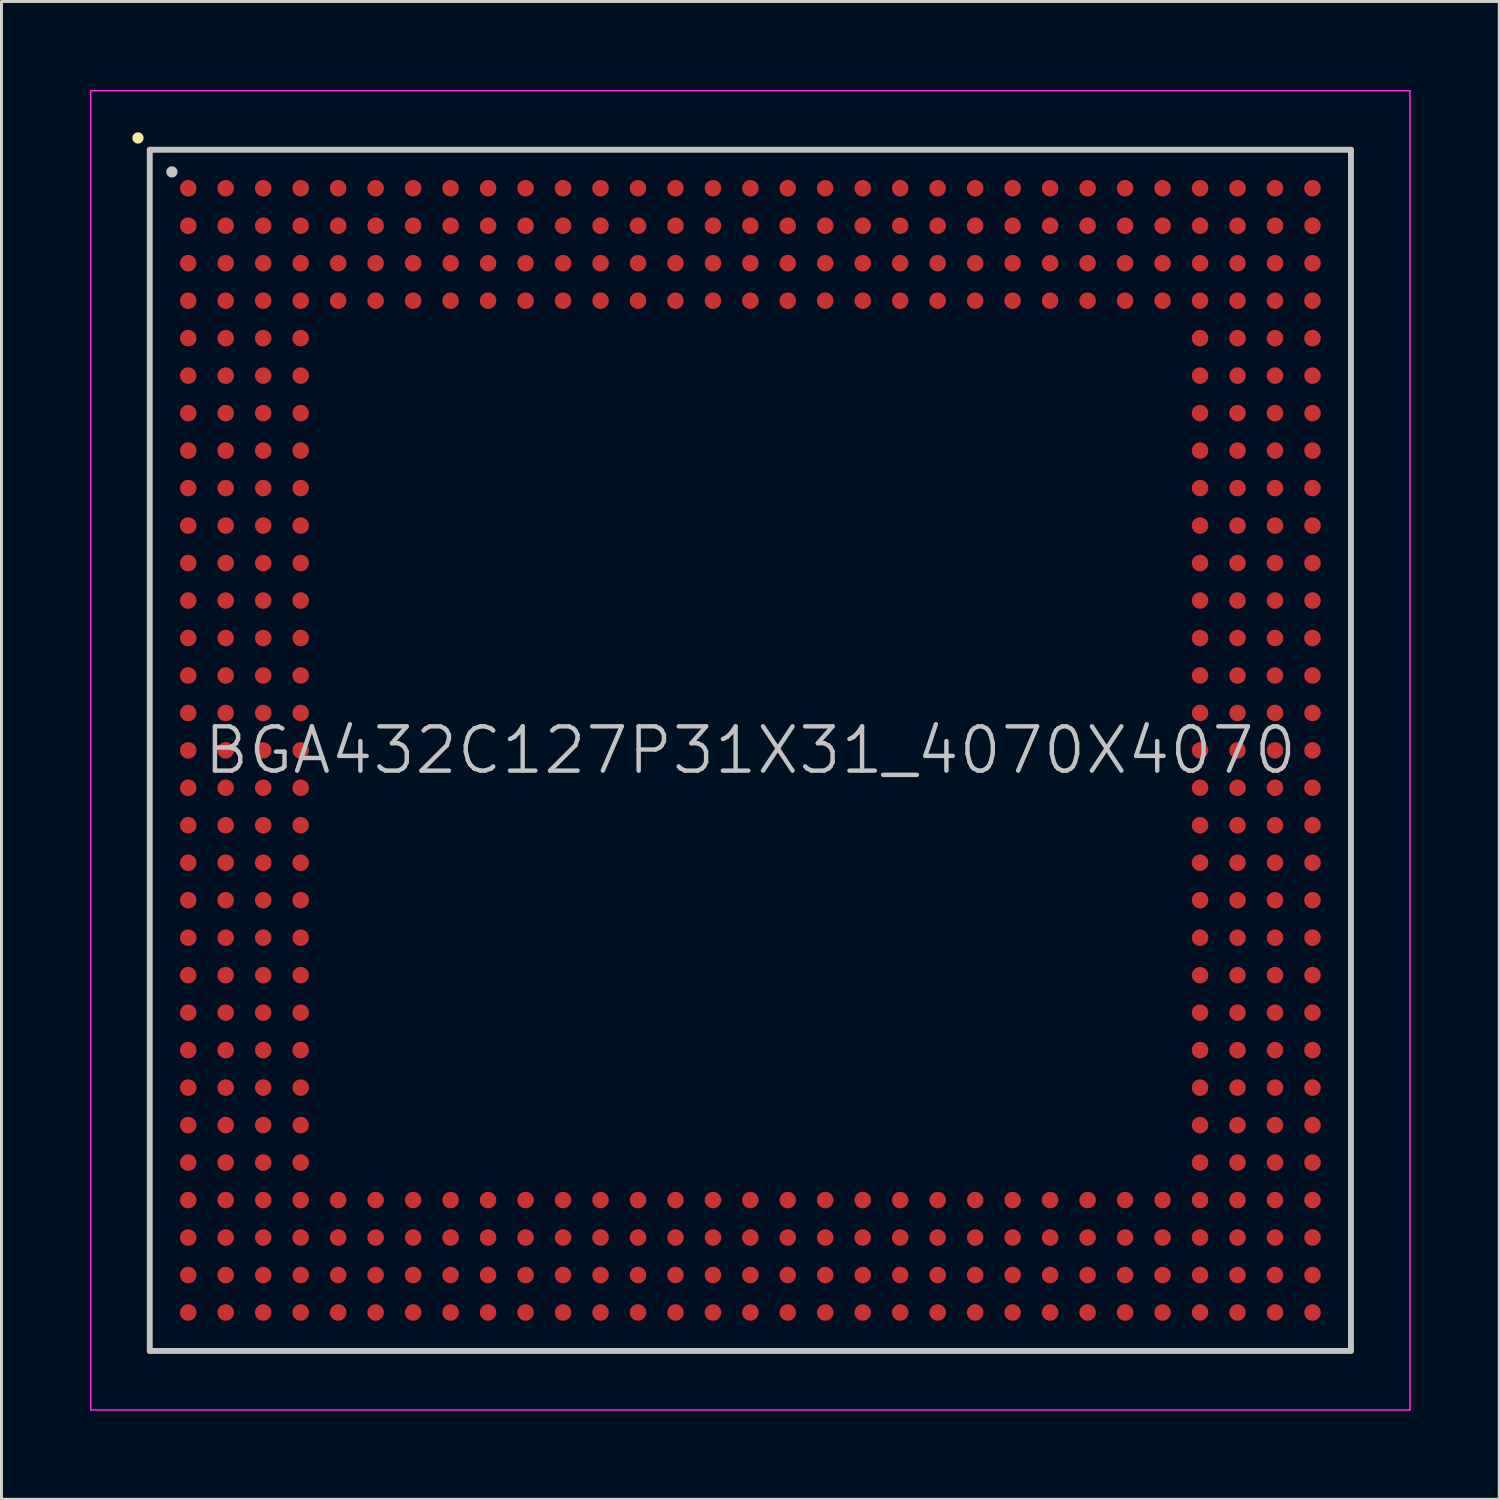
<source format=kicad_pcb>
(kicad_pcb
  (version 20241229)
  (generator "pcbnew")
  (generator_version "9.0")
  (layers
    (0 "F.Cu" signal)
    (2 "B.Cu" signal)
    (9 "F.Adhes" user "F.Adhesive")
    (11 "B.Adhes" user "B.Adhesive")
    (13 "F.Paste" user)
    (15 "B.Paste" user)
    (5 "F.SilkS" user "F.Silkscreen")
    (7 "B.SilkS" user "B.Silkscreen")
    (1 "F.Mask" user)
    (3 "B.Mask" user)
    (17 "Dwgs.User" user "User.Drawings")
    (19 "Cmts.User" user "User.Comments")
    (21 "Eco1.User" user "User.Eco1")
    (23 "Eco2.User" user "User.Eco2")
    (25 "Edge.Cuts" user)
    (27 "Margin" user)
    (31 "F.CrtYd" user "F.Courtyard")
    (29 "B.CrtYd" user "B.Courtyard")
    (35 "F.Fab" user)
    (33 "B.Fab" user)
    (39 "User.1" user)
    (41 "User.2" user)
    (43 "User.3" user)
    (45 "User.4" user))
  (footprint "BGA432C127P31X31_4070X4070"
    (layer "F.Cu")
    (at 22.375 22.375)
    (property "Reference" "BGA432C127P31X31_4070X4070" (at 0 0 0) (layer "Dwgs.User") (effects (font (size 1.5 1.5) (thickness 0.15))))
    (attr smd)
    (fp_line (start -20.75 -20.75) (end -20.75 -20.75) (stroke (width 0.381) (type solid)) (layer "F.SilkS"))
    (fp_line (start -20.35 -20.35) (end -20.35 20.35) (stroke (width 0.2) (type solid)) (layer "Dwgs.User"))
    (fp_line (start -20.35 -20.35) (end 20.35 -20.35) (stroke (width 0.2) (type solid)) (layer "Dwgs.User"))
    (fp_line (start -20.35 20.35) (end 20.35 20.35) (stroke (width 0.2) (type solid)) (layer "Dwgs.User"))
    (fp_line (start -19.6 -19.6) (end -19.6 -19.6) (stroke (width 0.381) (type solid)) (layer "Dwgs.User"))
    (fp_line (start 20.35 -20.35) (end 20.35 20.35) (stroke (width 0.2) (type solid)) (layer "Dwgs.User"))
    (fp_line (start -22.35 -22.35) (end -22.35 22.35) (stroke (width 0.05) (type solid)) (layer "F.CrtYd"))
    (fp_line (start -22.35 -22.35) (end 22.35 -22.35) (stroke (width 0.05) (type solid)) (layer "F.CrtYd"))
    (fp_line (start -22.35 22.35) (end 22.35 22.35) (stroke (width 0.05) (type solid)) (layer "F.CrtYd"))
    (fp_line (start 22.35 -22.35) (end 22.35 22.35) (stroke (width 0.05) (type solid)) (layer "F.CrtYd"))
    (pad "A1" smd circle (at -19.047 -19.047 270) (size 0.56 0.56) (layers "F.Cu" "F.Mask" "F.Paste"))
    (pad "A2" smd circle (at -17.777 -19.047 270) (size 0.56 0.56) (layers "F.Cu" "F.Mask" "F.Paste"))
    (pad "A3" smd circle (at -16.507 -19.047 270) (size 0.56 0.56) (layers "F.Cu" "F.Mask" "F.Paste"))
    (pad "A4" smd circle (at -15.237 -19.047 270) (size 0.56 0.56) (layers "F.Cu" "F.Mask" "F.Paste"))
    (pad "A5" smd circle (at -13.967 -19.047 270) (size 0.56 0.56) (layers "F.Cu" "F.Mask" "F.Paste"))
    (pad "A6" smd circle (at -12.697 -19.047 270) (size 0.56 0.56) (layers "F.Cu" "F.Mask" "F.Paste"))
    (pad "A7" smd circle (at -11.427 -19.047 270) (size 0.56 0.56) (layers "F.Cu" "F.Mask" "F.Paste"))
    (pad "A8" smd circle (at -10.157 -19.047 270) (size 0.56 0.56) (layers "F.Cu" "F.Mask" "F.Paste"))
    (pad "A9" smd circle (at -8.887 -19.047 270) (size 0.56 0.56) (layers "F.Cu" "F.Mask" "F.Paste"))
    (pad "A10" smd circle (at -7.617 -19.047 270) (size 0.56 0.56) (layers "F.Cu" "F.Mask" "F.Paste"))
    (pad "A11" smd circle (at -6.347 -19.047 270) (size 0.56 0.56) (layers "F.Cu" "F.Mask" "F.Paste"))
    (pad "A12" smd circle (at -5.077 -19.047 270) (size 0.56 0.56) (layers "F.Cu" "F.Mask" "F.Paste"))
    (pad "A13" smd circle (at -3.807 -19.047 270) (size 0.56 0.56) (layers "F.Cu" "F.Mask" "F.Paste"))
    (pad "A14" smd circle (at -2.537 -19.047 270) (size 0.56 0.56) (layers "F.Cu" "F.Mask" "F.Paste"))
    (pad "A15" smd circle (at -1.267 -19.047 270) (size 0.56 0.56) (layers "F.Cu" "F.Mask" "F.Paste"))
    (pad "A16" smd circle (at 0 -19.047 270) (size 0.56 0.56) (layers "F.Cu" "F.Mask" "F.Paste"))
    (pad "A17" smd circle (at 1.267 -19.047 270) (size 0.56 0.56) (layers "F.Cu" "F.Mask" "F.Paste"))
    (pad "A18" smd circle (at 2.537 -19.047 270) (size 0.56 0.56) (layers "F.Cu" "F.Mask" "F.Paste"))
    (pad "A19" smd circle (at 3.807 -19.047 270) (size 0.56 0.56) (layers "F.Cu" "F.Mask" "F.Paste"))
    (pad "A20" smd circle (at 5.077 -19.047 270) (size 0.56 0.56) (layers "F.Cu" "F.Mask" "F.Paste"))
    (pad "A21" smd circle (at 6.347 -19.047 270) (size 0.56 0.56) (layers "F.Cu" "F.Mask" "F.Paste"))
    (pad "A22" smd circle (at 7.617 -19.047 270) (size 0.56 0.56) (layers "F.Cu" "F.Mask" "F.Paste"))
    (pad "A23" smd circle (at 8.887 -19.047 270) (size 0.56 0.56) (layers "F.Cu" "F.Mask" "F.Paste"))
    (pad "A24" smd circle (at 10.157 -19.047 270) (size 0.56 0.56) (layers "F.Cu" "F.Mask" "F.Paste"))
    (pad "A25" smd circle (at 11.427 -19.047 270) (size 0.56 0.56) (layers "F.Cu" "F.Mask" "F.Paste"))
    (pad "A26" smd circle (at 12.697 -19.047 270) (size 0.56 0.56) (layers "F.Cu" "F.Mask" "F.Paste"))
    (pad "A27" smd circle (at 13.967 -19.047 270) (size 0.56 0.56) (layers "F.Cu" "F.Mask" "F.Paste"))
    (pad "A28" smd circle (at 15.237 -19.047 270) (size 0.56 0.56) (layers "F.Cu" "F.Mask" "F.Paste"))
    (pad "A29" smd circle (at 16.507 -19.047 270) (size 0.56 0.56) (layers "F.Cu" "F.Mask" "F.Paste"))
    (pad "A30" smd circle (at 17.777 -19.047 270) (size 0.56 0.56) (layers "F.Cu" "F.Mask" "F.Paste"))
    (pad "A31" smd circle (at 19.047 -19.047 270) (size 0.56 0.56) (layers "F.Cu" "F.Mask" "F.Paste"))
    (pad "AA1" smd circle (at -19.047 6.347 270) (size 0.56 0.56) (layers "F.Cu" "F.Mask" "F.Paste"))
    (pad "AA2" smd circle (at -17.777 6.347 270) (size 0.56 0.56) (layers "F.Cu" "F.Mask" "F.Paste"))
    (pad "AA3" smd circle (at -16.507 6.347 270) (size 0.56 0.56) (layers "F.Cu" "F.Mask" "F.Paste"))
    (pad "AA4" smd circle (at -15.237 6.347 270) (size 0.56 0.56) (layers "F.Cu" "F.Mask" "F.Paste"))
    (pad "AA28" smd circle (at 15.237 6.347 270) (size 0.56 0.56) (layers "F.Cu" "F.Mask" "F.Paste"))
    (pad "AA29" smd circle (at 16.507 6.347 270) (size 0.56 0.56) (layers "F.Cu" "F.Mask" "F.Paste"))
    (pad "AA30" smd circle (at 17.777 6.347 270) (size 0.56 0.56) (layers "F.Cu" "F.Mask" "F.Paste"))
    (pad "AA31" smd circle (at 19.047 6.347 270) (size 0.56 0.56) (layers "F.Cu" "F.Mask" "F.Paste"))
    (pad "AB1" smd circle (at -19.047 7.617 270) (size 0.56 0.56) (layers "F.Cu" "F.Mask" "F.Paste"))
    (pad "AB2" smd circle (at -17.777 7.617 270) (size 0.56 0.56) (layers "F.Cu" "F.Mask" "F.Paste"))
    (pad "AB3" smd circle (at -16.507 7.617 270) (size 0.56 0.56) (layers "F.Cu" "F.Mask" "F.Paste"))
    (pad "AB4" smd circle (at -15.237 7.617 270) (size 0.56 0.56) (layers "F.Cu" "F.Mask" "F.Paste"))
    (pad "AB28" smd circle (at 15.237 7.617 270) (size 0.56 0.56) (layers "F.Cu" "F.Mask" "F.Paste"))
    (pad "AB29" smd circle (at 16.507 7.617 270) (size 0.56 0.56) (layers "F.Cu" "F.Mask" "F.Paste"))
    (pad "AB30" smd circle (at 17.777 7.617 270) (size 0.56 0.56) (layers "F.Cu" "F.Mask" "F.Paste"))
    (pad "AB31" smd circle (at 19.047 7.617 270) (size 0.56 0.56) (layers "F.Cu" "F.Mask" "F.Paste"))
    (pad "AC1" smd circle (at -19.047 8.887 270) (size 0.56 0.56) (layers "F.Cu" "F.Mask" "F.Paste"))
    (pad "AC2" smd circle (at -17.777 8.887 270) (size 0.56 0.56) (layers "F.Cu" "F.Mask" "F.Paste"))
    (pad "AC3" smd circle (at -16.507 8.887 270) (size 0.56 0.56) (layers "F.Cu" "F.Mask" "F.Paste"))
    (pad "AC4" smd circle (at -15.237 8.887 270) (size 0.56 0.56) (layers "F.Cu" "F.Mask" "F.Paste"))
    (pad "AC28" smd circle (at 15.237 8.887 270) (size 0.56 0.56) (layers "F.Cu" "F.Mask" "F.Paste"))
    (pad "AC29" smd circle (at 16.507 8.887 270) (size 0.56 0.56) (layers "F.Cu" "F.Mask" "F.Paste"))
    (pad "AC30" smd circle (at 17.777 8.887 270) (size 0.56 0.56) (layers "F.Cu" "F.Mask" "F.Paste"))
    (pad "AC31" smd circle (at 19.047 8.887 270) (size 0.56 0.56) (layers "F.Cu" "F.Mask" "F.Paste"))
    (pad "AD1" smd circle (at -19.047 10.157 270) (size 0.56 0.56) (layers "F.Cu" "F.Mask" "F.Paste"))
    (pad "AD2" smd circle (at -17.777 10.157 270) (size 0.56 0.56) (layers "F.Cu" "F.Mask" "F.Paste"))
    (pad "AD3" smd circle (at -16.507 10.157 270) (size 0.56 0.56) (layers "F.Cu" "F.Mask" "F.Paste"))
    (pad "AD4" smd circle (at -15.237 10.157 270) (size 0.56 0.56) (layers "F.Cu" "F.Mask" "F.Paste"))
    (pad "AD28" smd circle (at 15.237 10.157 270) (size 0.56 0.56) (layers "F.Cu" "F.Mask" "F.Paste"))
    (pad "AD29" smd circle (at 16.507 10.157 270) (size 0.56 0.56) (layers "F.Cu" "F.Mask" "F.Paste"))
    (pad "AD30" smd circle (at 17.777 10.157 270) (size 0.56 0.56) (layers "F.Cu" "F.Mask" "F.Paste"))
    (pad "AD31" smd circle (at 19.047 10.157 270) (size 0.56 0.56) (layers "F.Cu" "F.Mask" "F.Paste"))
    (pad "AE1" smd circle (at -19.047 11.427 270) (size 0.56 0.56) (layers "F.Cu" "F.Mask" "F.Paste"))
    (pad "AE2" smd circle (at -17.777 11.427 270) (size 0.56 0.56) (layers "F.Cu" "F.Mask" "F.Paste"))
    (pad "AE3" smd circle (at -16.507 11.427 270) (size 0.56 0.56) (layers "F.Cu" "F.Mask" "F.Paste"))
    (pad "AE4" smd circle (at -15.237 11.427 270) (size 0.56 0.56) (layers "F.Cu" "F.Mask" "F.Paste"))
    (pad "AE28" smd circle (at 15.237 11.427 270) (size 0.56 0.56) (layers "F.Cu" "F.Mask" "F.Paste"))
    (pad "AE29" smd circle (at 16.507 11.427 270) (size 0.56 0.56) (layers "F.Cu" "F.Mask" "F.Paste"))
    (pad "AE30" smd circle (at 17.777 11.427 270) (size 0.56 0.56) (layers "F.Cu" "F.Mask" "F.Paste"))
    (pad "AE31" smd circle (at 19.047 11.427 270) (size 0.56 0.56) (layers "F.Cu" "F.Mask" "F.Paste"))
    (pad "AF1" smd circle (at -19.047 12.697 270) (size 0.56 0.56) (layers "F.Cu" "F.Mask" "F.Paste"))
    (pad "AF2" smd circle (at -17.777 12.697 270) (size 0.56 0.56) (layers "F.Cu" "F.Mask" "F.Paste"))
    (pad "AF3" smd circle (at -16.507 12.697 270) (size 0.56 0.56) (layers "F.Cu" "F.Mask" "F.Paste"))
    (pad "AF4" smd circle (at -15.237 12.697 270) (size 0.56 0.56) (layers "F.Cu" "F.Mask" "F.Paste"))
    (pad "AF28" smd circle (at 15.237 12.697 270) (size 0.56 0.56) (layers "F.Cu" "F.Mask" "F.Paste"))
    (pad "AF29" smd circle (at 16.507 12.697 270) (size 0.56 0.56) (layers "F.Cu" "F.Mask" "F.Paste"))
    (pad "AF30" smd circle (at 17.777 12.697 270) (size 0.56 0.56) (layers "F.Cu" "F.Mask" "F.Paste"))
    (pad "AF31" smd circle (at 19.047 12.697 270) (size 0.56 0.56) (layers "F.Cu" "F.Mask" "F.Paste"))
    (pad "AG1" smd circle (at -19.047 13.967 270) (size 0.56 0.56) (layers "F.Cu" "F.Mask" "F.Paste"))
    (pad "AG2" smd circle (at -17.777 13.967 270) (size 0.56 0.56) (layers "F.Cu" "F.Mask" "F.Paste"))
    (pad "AG3" smd circle (at -16.507 13.967 270) (size 0.56 0.56) (layers "F.Cu" "F.Mask" "F.Paste"))
    (pad "AG4" smd circle (at -15.237 13.967 270) (size 0.56 0.56) (layers "F.Cu" "F.Mask" "F.Paste"))
    (pad "AG28" smd circle (at 15.237 13.967 270) (size 0.56 0.56) (layers "F.Cu" "F.Mask" "F.Paste"))
    (pad "AG29" smd circle (at 16.507 13.967 270) (size 0.56 0.56) (layers "F.Cu" "F.Mask" "F.Paste"))
    (pad "AG30" smd circle (at 17.777 13.967 270) (size 0.56 0.56) (layers "F.Cu" "F.Mask" "F.Paste"))
    (pad "AG31" smd circle (at 19.047 13.967 270) (size 0.56 0.56) (layers "F.Cu" "F.Mask" "F.Paste"))
    (pad "AH1" smd circle (at -19.047 15.237 270) (size 0.56 0.56) (layers "F.Cu" "F.Mask" "F.Paste"))
    (pad "AH2" smd circle (at -17.777 15.237 270) (size 0.56 0.56) (layers "F.Cu" "F.Mask" "F.Paste"))
    (pad "AH3" smd circle (at -16.507 15.237 270) (size 0.56 0.56) (layers "F.Cu" "F.Mask" "F.Paste"))
    (pad "AH4" smd circle (at -15.237 15.237 270) (size 0.56 0.56) (layers "F.Cu" "F.Mask" "F.Paste"))
    (pad "AH5" smd circle (at -13.967 15.237 270) (size 0.56 0.56) (layers "F.Cu" "F.Mask" "F.Paste"))
    (pad "AH6" smd circle (at -12.697 15.237 270) (size 0.56 0.56) (layers "F.Cu" "F.Mask" "F.Paste"))
    (pad "AH7" smd circle (at -11.427 15.237 270) (size 0.56 0.56) (layers "F.Cu" "F.Mask" "F.Paste"))
    (pad "AH8" smd circle (at -10.157 15.237 270) (size 0.56 0.56) (layers "F.Cu" "F.Mask" "F.Paste"))
    (pad "AH9" smd circle (at -8.887 15.237 270) (size 0.56 0.56) (layers "F.Cu" "F.Mask" "F.Paste"))
    (pad "AH10" smd circle (at -7.617 15.237 270) (size 0.56 0.56) (layers "F.Cu" "F.Mask" "F.Paste"))
    (pad "AH11" smd circle (at -6.347 15.237 270) (size 0.56 0.56) (layers "F.Cu" "F.Mask" "F.Paste"))
    (pad "AH12" smd circle (at -5.077 15.237 270) (size 0.56 0.56) (layers "F.Cu" "F.Mask" "F.Paste"))
    (pad "AH13" smd circle (at -3.807 15.237 270) (size 0.56 0.56) (layers "F.Cu" "F.Mask" "F.Paste"))
    (pad "AH14" smd circle (at -2.537 15.237 270) (size 0.56 0.56) (layers "F.Cu" "F.Mask" "F.Paste"))
    (pad "AH15" smd circle (at -1.267 15.237 270) (size 0.56 0.56) (layers "F.Cu" "F.Mask" "F.Paste"))
    (pad "AH16" smd circle (at 0 15.237 270) (size 0.56 0.56) (layers "F.Cu" "F.Mask" "F.Paste"))
    (pad "AH17" smd circle (at 1.267 15.237 270) (size 0.56 0.56) (layers "F.Cu" "F.Mask" "F.Paste"))
    (pad "AH18" smd circle (at 2.537 15.237 270) (size 0.56 0.56) (layers "F.Cu" "F.Mask" "F.Paste"))
    (pad "AH19" smd circle (at 3.807 15.237 270) (size 0.56 0.56) (layers "F.Cu" "F.Mask" "F.Paste"))
    (pad "AH20" smd circle (at 5.077 15.237 270) (size 0.56 0.56) (layers "F.Cu" "F.Mask" "F.Paste"))
    (pad "AH21" smd circle (at 6.347 15.237 270) (size 0.56 0.56) (layers "F.Cu" "F.Mask" "F.Paste"))
    (pad "AH22" smd circle (at 7.617 15.237 270) (size 0.56 0.56) (layers "F.Cu" "F.Mask" "F.Paste"))
    (pad "AH23" smd circle (at 8.887 15.237 270) (size 0.56 0.56) (layers "F.Cu" "F.Mask" "F.Paste"))
    (pad "AH24" smd circle (at 10.157 15.237 270) (size 0.56 0.56) (layers "F.Cu" "F.Mask" "F.Paste"))
    (pad "AH25" smd circle (at 11.427 15.237 270) (size 0.56 0.56) (layers "F.Cu" "F.Mask" "F.Paste"))
    (pad "AH26" smd circle (at 12.697 15.237 270) (size 0.56 0.56) (layers "F.Cu" "F.Mask" "F.Paste"))
    (pad "AH27" smd circle (at 13.967 15.237 270) (size 0.56 0.56) (layers "F.Cu" "F.Mask" "F.Paste"))
    (pad "AH28" smd circle (at 15.237 15.237 270) (size 0.56 0.56) (layers "F.Cu" "F.Mask" "F.Paste"))
    (pad "AH29" smd circle (at 16.507 15.237 270) (size 0.56 0.56) (layers "F.Cu" "F.Mask" "F.Paste"))
    (pad "AH30" smd circle (at 17.777 15.237 270) (size 0.56 0.56) (layers "F.Cu" "F.Mask" "F.Paste"))
    (pad "AH31" smd circle (at 19.047 15.237 270) (size 0.56 0.56) (layers "F.Cu" "F.Mask" "F.Paste"))
    (pad "AJ1" smd circle (at -19.047 16.507 270) (size 0.56 0.56) (layers "F.Cu" "F.Mask" "F.Paste"))
    (pad "AJ2" smd circle (at -17.777 16.507 270) (size 0.56 0.56) (layers "F.Cu" "F.Mask" "F.Paste"))
    (pad "AJ3" smd circle (at -16.507 16.507 270) (size 0.56 0.56) (layers "F.Cu" "F.Mask" "F.Paste"))
    (pad "AJ4" smd circle (at -15.237 16.507 270) (size 0.56 0.56) (layers "F.Cu" "F.Mask" "F.Paste"))
    (pad "AJ5" smd circle (at -13.967 16.507 270) (size 0.56 0.56) (layers "F.Cu" "F.Mask" "F.Paste"))
    (pad "AJ6" smd circle (at -12.697 16.507 270) (size 0.56 0.56) (layers "F.Cu" "F.Mask" "F.Paste"))
    (pad "AJ7" smd circle (at -11.427 16.507 270) (size 0.56 0.56) (layers "F.Cu" "F.Mask" "F.Paste"))
    (pad "AJ8" smd circle (at -10.157 16.507 270) (size 0.56 0.56) (layers "F.Cu" "F.Mask" "F.Paste"))
    (pad "AJ9" smd circle (at -8.887 16.507 270) (size 0.56 0.56) (layers "F.Cu" "F.Mask" "F.Paste"))
    (pad "AJ10" smd circle (at -7.617 16.507 270) (size 0.56 0.56) (layers "F.Cu" "F.Mask" "F.Paste"))
    (pad "AJ11" smd circle (at -6.347 16.507 270) (size 0.56 0.56) (layers "F.Cu" "F.Mask" "F.Paste"))
    (pad "AJ12" smd circle (at -5.077 16.507 270) (size 0.56 0.56) (layers "F.Cu" "F.Mask" "F.Paste"))
    (pad "AJ13" smd circle (at -3.807 16.507 270) (size 0.56 0.56) (layers "F.Cu" "F.Mask" "F.Paste"))
    (pad "AJ14" smd circle (at -2.537 16.507 270) (size 0.56 0.56) (layers "F.Cu" "F.Mask" "F.Paste"))
    (pad "AJ15" smd circle (at -1.267 16.507 270) (size 0.56 0.56) (layers "F.Cu" "F.Mask" "F.Paste"))
    (pad "AJ16" smd circle (at 0 16.507 270) (size 0.56 0.56) (layers "F.Cu" "F.Mask" "F.Paste"))
    (pad "AJ17" smd circle (at 1.267 16.507 270) (size 0.56 0.56) (layers "F.Cu" "F.Mask" "F.Paste"))
    (pad "AJ18" smd circle (at 2.537 16.507 270) (size 0.56 0.56) (layers "F.Cu" "F.Mask" "F.Paste"))
    (pad "AJ19" smd circle (at 3.807 16.507 270) (size 0.56 0.56) (layers "F.Cu" "F.Mask" "F.Paste"))
    (pad "AJ20" smd circle (at 5.077 16.507 270) (size 0.56 0.56) (layers "F.Cu" "F.Mask" "F.Paste"))
    (pad "AJ21" smd circle (at 6.347 16.507 270) (size 0.56 0.56) (layers "F.Cu" "F.Mask" "F.Paste"))
    (pad "AJ22" smd circle (at 7.617 16.507 270) (size 0.56 0.56) (layers "F.Cu" "F.Mask" "F.Paste"))
    (pad "AJ23" smd circle (at 8.887 16.507 270) (size 0.56 0.56) (layers "F.Cu" "F.Mask" "F.Paste"))
    (pad "AJ24" smd circle (at 10.157 16.507 270) (size 0.56 0.56) (layers "F.Cu" "F.Mask" "F.Paste"))
    (pad "AJ25" smd circle (at 11.427 16.507 270) (size 0.56 0.56) (layers "F.Cu" "F.Mask" "F.Paste"))
    (pad "AJ26" smd circle (at 12.697 16.507 270) (size 0.56 0.56) (layers "F.Cu" "F.Mask" "F.Paste"))
    (pad "AJ27" smd circle (at 13.967 16.507 270) (size 0.56 0.56) (layers "F.Cu" "F.Mask" "F.Paste"))
    (pad "AJ28" smd circle (at 15.237 16.507 270) (size 0.56 0.56) (layers "F.Cu" "F.Mask" "F.Paste"))
    (pad "AJ29" smd circle (at 16.507 16.507 270) (size 0.56 0.56) (layers "F.Cu" "F.Mask" "F.Paste"))
    (pad "AJ30" smd circle (at 17.777 16.507 270) (size 0.56 0.56) (layers "F.Cu" "F.Mask" "F.Paste"))
    (pad "AJ31" smd circle (at 19.047 16.507 270) (size 0.56 0.56) (layers "F.Cu" "F.Mask" "F.Paste"))
    (pad "AK1" smd circle (at -19.047 17.777 270) (size 0.56 0.56) (layers "F.Cu" "F.Mask" "F.Paste"))
    (pad "AK2" smd circle (at -17.777 17.777 270) (size 0.56 0.56) (layers "F.Cu" "F.Mask" "F.Paste"))
    (pad "AK3" smd circle (at -16.507 17.777 270) (size 0.56 0.56) (layers "F.Cu" "F.Mask" "F.Paste"))
    (pad "AK4" smd circle (at -15.237 17.777 270) (size 0.56 0.56) (layers "F.Cu" "F.Mask" "F.Paste"))
    (pad "AK5" smd circle (at -13.967 17.777 270) (size 0.56 0.56) (layers "F.Cu" "F.Mask" "F.Paste"))
    (pad "AK6" smd circle (at -12.697 17.777 270) (size 0.56 0.56) (layers "F.Cu" "F.Mask" "F.Paste"))
    (pad "AK7" smd circle (at -11.427 17.777 270) (size 0.56 0.56) (layers "F.Cu" "F.Mask" "F.Paste"))
    (pad "AK8" smd circle (at -10.157 17.777 270) (size 0.56 0.56) (layers "F.Cu" "F.Mask" "F.Paste"))
    (pad "AK9" smd circle (at -8.887 17.777 270) (size 0.56 0.56) (layers "F.Cu" "F.Mask" "F.Paste"))
    (pad "AK10" smd circle (at -7.617 17.777 270) (size 0.56 0.56) (layers "F.Cu" "F.Mask" "F.Paste"))
    (pad "AK11" smd circle (at -6.347 17.777 270) (size 0.56 0.56) (layers "F.Cu" "F.Mask" "F.Paste"))
    (pad "AK12" smd circle (at -5.077 17.777 270) (size 0.56 0.56) (layers "F.Cu" "F.Mask" "F.Paste"))
    (pad "AK13" smd circle (at -3.807 17.777 270) (size 0.56 0.56) (layers "F.Cu" "F.Mask" "F.Paste"))
    (pad "AK14" smd circle (at -2.537 17.777 270) (size 0.56 0.56) (layers "F.Cu" "F.Mask" "F.Paste"))
    (pad "AK15" smd circle (at -1.267 17.777 270) (size 0.56 0.56) (layers "F.Cu" "F.Mask" "F.Paste"))
    (pad "AK16" smd circle (at 0 17.777 270) (size 0.56 0.56) (layers "F.Cu" "F.Mask" "F.Paste"))
    (pad "AK17" smd circle (at 1.267 17.777 270) (size 0.56 0.56) (layers "F.Cu" "F.Mask" "F.Paste"))
    (pad "AK18" smd circle (at 2.537 17.777 270) (size 0.56 0.56) (layers "F.Cu" "F.Mask" "F.Paste"))
    (pad "AK19" smd circle (at 3.807 17.777 270) (size 0.56 0.56) (layers "F.Cu" "F.Mask" "F.Paste"))
    (pad "AK20" smd circle (at 5.077 17.777 270) (size 0.56 0.56) (layers "F.Cu" "F.Mask" "F.Paste"))
    (pad "AK21" smd circle (at 6.347 17.777 270) (size 0.56 0.56) (layers "F.Cu" "F.Mask" "F.Paste"))
    (pad "AK22" smd circle (at 7.617 17.777 270) (size 0.56 0.56) (layers "F.Cu" "F.Mask" "F.Paste"))
    (pad "AK23" smd circle (at 8.887 17.777 270) (size 0.56 0.56) (layers "F.Cu" "F.Mask" "F.Paste"))
    (pad "AK24" smd circle (at 10.157 17.777 270) (size 0.56 0.56) (layers "F.Cu" "F.Mask" "F.Paste"))
    (pad "AK25" smd circle (at 11.427 17.777 270) (size 0.56 0.56) (layers "F.Cu" "F.Mask" "F.Paste"))
    (pad "AK26" smd circle (at 12.697 17.777 270) (size 0.56 0.56) (layers "F.Cu" "F.Mask" "F.Paste"))
    (pad "AK27" smd circle (at 13.967 17.777 270) (size 0.56 0.56) (layers "F.Cu" "F.Mask" "F.Paste"))
    (pad "AK28" smd circle (at 15.237 17.777 270) (size 0.56 0.56) (layers "F.Cu" "F.Mask" "F.Paste"))
    (pad "AK29" smd circle (at 16.507 17.777 270) (size 0.56 0.56) (layers "F.Cu" "F.Mask" "F.Paste"))
    (pad "AK30" smd circle (at 17.777 17.777 270) (size 0.56 0.56) (layers "F.Cu" "F.Mask" "F.Paste"))
    (pad "AK31" smd circle (at 19.047 17.777 270) (size 0.56 0.56) (layers "F.Cu" "F.Mask" "F.Paste"))
    (pad "AL1" smd circle (at -19.047 19.047 270) (size 0.56 0.56) (layers "F.Cu" "F.Mask" "F.Paste"))
    (pad "AL2" smd circle (at -17.777 19.047 270) (size 0.56 0.56) (layers "F.Cu" "F.Mask" "F.Paste"))
    (pad "AL3" smd circle (at -16.507 19.047 270) (size 0.56 0.56) (layers "F.Cu" "F.Mask" "F.Paste"))
    (pad "AL4" smd circle (at -15.237 19.047 270) (size 0.56 0.56) (layers "F.Cu" "F.Mask" "F.Paste"))
    (pad "AL5" smd circle (at -13.967 19.047 270) (size 0.56 0.56) (layers "F.Cu" "F.Mask" "F.Paste"))
    (pad "AL6" smd circle (at -12.697 19.047 270) (size 0.56 0.56) (layers "F.Cu" "F.Mask" "F.Paste"))
    (pad "AL7" smd circle (at -11.427 19.047 270) (size 0.56 0.56) (layers "F.Cu" "F.Mask" "F.Paste"))
    (pad "AL8" smd circle (at -10.157 19.047 270) (size 0.56 0.56) (layers "F.Cu" "F.Mask" "F.Paste"))
    (pad "AL9" smd circle (at -8.887 19.047 270) (size 0.56 0.56) (layers "F.Cu" "F.Mask" "F.Paste"))
    (pad "AL10" smd circle (at -7.617 19.047 270) (size 0.56 0.56) (layers "F.Cu" "F.Mask" "F.Paste"))
    (pad "AL11" smd circle (at -6.347 19.047 270) (size 0.56 0.56) (layers "F.Cu" "F.Mask" "F.Paste"))
    (pad "AL12" smd circle (at -5.077 19.047 270) (size 0.56 0.56) (layers "F.Cu" "F.Mask" "F.Paste"))
    (pad "AL13" smd circle (at -3.807 19.047 270) (size 0.56 0.56) (layers "F.Cu" "F.Mask" "F.Paste"))
    (pad "AL14" smd circle (at -2.537 19.047 270) (size 0.56 0.56) (layers "F.Cu" "F.Mask" "F.Paste"))
    (pad "AL15" smd circle (at -1.267 19.047 270) (size 0.56 0.56) (layers "F.Cu" "F.Mask" "F.Paste"))
    (pad "AL16" smd circle (at 0 19.047 270) (size 0.56 0.56) (layers "F.Cu" "F.Mask" "F.Paste"))
    (pad "AL17" smd circle (at 1.267 19.047 270) (size 0.56 0.56) (layers "F.Cu" "F.Mask" "F.Paste"))
    (pad "AL18" smd circle (at 2.537 19.047 270) (size 0.56 0.56) (layers "F.Cu" "F.Mask" "F.Paste"))
    (pad "AL19" smd circle (at 3.807 19.047 270) (size 0.56 0.56) (layers "F.Cu" "F.Mask" "F.Paste"))
    (pad "AL20" smd circle (at 5.077 19.047 270) (size 0.56 0.56) (layers "F.Cu" "F.Mask" "F.Paste"))
    (pad "AL21" smd circle (at 6.347 19.047 270) (size 0.56 0.56) (layers "F.Cu" "F.Mask" "F.Paste"))
    (pad "AL22" smd circle (at 7.617 19.047 270) (size 0.56 0.56) (layers "F.Cu" "F.Mask" "F.Paste"))
    (pad "AL23" smd circle (at 8.887 19.047 270) (size 0.56 0.56) (layers "F.Cu" "F.Mask" "F.Paste"))
    (pad "AL24" smd circle (at 10.157 19.047 270) (size 0.56 0.56) (layers "F.Cu" "F.Mask" "F.Paste"))
    (pad "AL25" smd circle (at 11.427 19.047 270) (size 0.56 0.56) (layers "F.Cu" "F.Mask" "F.Paste"))
    (pad "AL26" smd circle (at 12.697 19.047 270) (size 0.56 0.56) (layers "F.Cu" "F.Mask" "F.Paste"))
    (pad "AL27" smd circle (at 13.967 19.047 270) (size 0.56 0.56) (layers "F.Cu" "F.Mask" "F.Paste"))
    (pad "AL28" smd circle (at 15.237 19.047 270) (size 0.56 0.56) (layers "F.Cu" "F.Mask" "F.Paste"))
    (pad "AL29" smd circle (at 16.507 19.047 270) (size 0.56 0.56) (layers "F.Cu" "F.Mask" "F.Paste"))
    (pad "AL30" smd circle (at 17.777 19.047 270) (size 0.56 0.56) (layers "F.Cu" "F.Mask" "F.Paste"))
    (pad "AL31" smd circle (at 19.047 19.047 270) (size 0.56 0.56) (layers "F.Cu" "F.Mask" "F.Paste"))
    (pad "B1" smd circle (at -19.047 -17.777 270) (size 0.56 0.56) (layers "F.Cu" "F.Mask" "F.Paste"))
    (pad "B2" smd circle (at -17.777 -17.777 270) (size 0.56 0.56) (layers "F.Cu" "F.Mask" "F.Paste"))
    (pad "B3" smd circle (at -16.507 -17.777 270) (size 0.56 0.56) (layers "F.Cu" "F.Mask" "F.Paste"))
    (pad "B4" smd circle (at -15.237 -17.777 270) (size 0.56 0.56) (layers "F.Cu" "F.Mask" "F.Paste"))
    (pad "B5" smd circle (at -13.967 -17.777 270) (size 0.56 0.56) (layers "F.Cu" "F.Mask" "F.Paste"))
    (pad "B6" smd circle (at -12.697 -17.777 270) (size 0.56 0.56) (layers "F.Cu" "F.Mask" "F.Paste"))
    (pad "B7" smd circle (at -11.427 -17.777 270) (size 0.56 0.56) (layers "F.Cu" "F.Mask" "F.Paste"))
    (pad "B8" smd circle (at -10.157 -17.777 270) (size 0.56 0.56) (layers "F.Cu" "F.Mask" "F.Paste"))
    (pad "B9" smd circle (at -8.887 -17.777 270) (size 0.56 0.56) (layers "F.Cu" "F.Mask" "F.Paste"))
    (pad "B10" smd circle (at -7.617 -17.777 270) (size 0.56 0.56) (layers "F.Cu" "F.Mask" "F.Paste"))
    (pad "B11" smd circle (at -6.347 -17.777 270) (size 0.56 0.56) (layers "F.Cu" "F.Mask" "F.Paste"))
    (pad "B12" smd circle (at -5.077 -17.777 270) (size 0.56 0.56) (layers "F.Cu" "F.Mask" "F.Paste"))
    (pad "B13" smd circle (at -3.807 -17.777 270) (size 0.56 0.56) (layers "F.Cu" "F.Mask" "F.Paste"))
    (pad "B14" smd circle (at -2.537 -17.777 270) (size 0.56 0.56) (layers "F.Cu" "F.Mask" "F.Paste"))
    (pad "B15" smd circle (at -1.267 -17.777 270) (size 0.56 0.56) (layers "F.Cu" "F.Mask" "F.Paste"))
    (pad "B16" smd circle (at 0 -17.777 270) (size 0.56 0.56) (layers "F.Cu" "F.Mask" "F.Paste"))
    (pad "B17" smd circle (at 1.267 -17.777 270) (size 0.56 0.56) (layers "F.Cu" "F.Mask" "F.Paste"))
    (pad "B18" smd circle (at 2.537 -17.777 270) (size 0.56 0.56) (layers "F.Cu" "F.Mask" "F.Paste"))
    (pad "B19" smd circle (at 3.807 -17.777 270) (size 0.56 0.56) (layers "F.Cu" "F.Mask" "F.Paste"))
    (pad "B20" smd circle (at 5.077 -17.777 270) (size 0.56 0.56) (layers "F.Cu" "F.Mask" "F.Paste"))
    (pad "B21" smd circle (at 6.347 -17.777 270) (size 0.56 0.56) (layers "F.Cu" "F.Mask" "F.Paste"))
    (pad "B22" smd circle (at 7.617 -17.777 270) (size 0.56 0.56) (layers "F.Cu" "F.Mask" "F.Paste"))
    (pad "B23" smd circle (at 8.887 -17.777 270) (size 0.56 0.56) (layers "F.Cu" "F.Mask" "F.Paste"))
    (pad "B24" smd circle (at 10.157 -17.777 270) (size 0.56 0.56) (layers "F.Cu" "F.Mask" "F.Paste"))
    (pad "B25" smd circle (at 11.427 -17.777 270) (size 0.56 0.56) (layers "F.Cu" "F.Mask" "F.Paste"))
    (pad "B26" smd circle (at 12.697 -17.777 270) (size 0.56 0.56) (layers "F.Cu" "F.Mask" "F.Paste"))
    (pad "B27" smd circle (at 13.967 -17.777 270) (size 0.56 0.56) (layers "F.Cu" "F.Mask" "F.Paste"))
    (pad "B28" smd circle (at 15.237 -17.777 270) (size 0.56 0.56) (layers "F.Cu" "F.Mask" "F.Paste"))
    (pad "B29" smd circle (at 16.507 -17.777 270) (size 0.56 0.56) (layers "F.Cu" "F.Mask" "F.Paste"))
    (pad "B30" smd circle (at 17.777 -17.777 270) (size 0.56 0.56) (layers "F.Cu" "F.Mask" "F.Paste"))
    (pad "B31" smd circle (at 19.047 -17.777 270) (size 0.56 0.56) (layers "F.Cu" "F.Mask" "F.Paste"))
    (pad "C1" smd circle (at -19.047 -16.507 270) (size 0.56 0.56) (layers "F.Cu" "F.Mask" "F.Paste"))
    (pad "C2" smd circle (at -17.777 -16.507 270) (size 0.56 0.56) (layers "F.Cu" "F.Mask" "F.Paste"))
    (pad "C3" smd circle (at -16.507 -16.507 270) (size 0.56 0.56) (layers "F.Cu" "F.Mask" "F.Paste"))
    (pad "C4" smd circle (at -15.237 -16.507 270) (size 0.56 0.56) (layers "F.Cu" "F.Mask" "F.Paste"))
    (pad "C5" smd circle (at -13.967 -16.507 270) (size 0.56 0.56) (layers "F.Cu" "F.Mask" "F.Paste"))
    (pad "C6" smd circle (at -12.697 -16.507 270) (size 0.56 0.56) (layers "F.Cu" "F.Mask" "F.Paste"))
    (pad "C7" smd circle (at -11.427 -16.507 270) (size 0.56 0.56) (layers "F.Cu" "F.Mask" "F.Paste"))
    (pad "C8" smd circle (at -10.157 -16.507 270) (size 0.56 0.56) (layers "F.Cu" "F.Mask" "F.Paste"))
    (pad "C9" smd circle (at -8.887 -16.507 270) (size 0.56 0.56) (layers "F.Cu" "F.Mask" "F.Paste"))
    (pad "C10" smd circle (at -7.617 -16.507 270) (size 0.56 0.56) (layers "F.Cu" "F.Mask" "F.Paste"))
    (pad "C11" smd circle (at -6.347 -16.507 270) (size 0.56 0.56) (layers "F.Cu" "F.Mask" "F.Paste"))
    (pad "C12" smd circle (at -5.077 -16.507 270) (size 0.56 0.56) (layers "F.Cu" "F.Mask" "F.Paste"))
    (pad "C13" smd circle (at -3.807 -16.507 270) (size 0.56 0.56) (layers "F.Cu" "F.Mask" "F.Paste"))
    (pad "C14" smd circle (at -2.537 -16.507 270) (size 0.56 0.56) (layers "F.Cu" "F.Mask" "F.Paste"))
    (pad "C15" smd circle (at -1.267 -16.507 270) (size 0.56 0.56) (layers "F.Cu" "F.Mask" "F.Paste"))
    (pad "C16" smd circle (at 0 -16.507 270) (size 0.56 0.56) (layers "F.Cu" "F.Mask" "F.Paste"))
    (pad "C17" smd circle (at 1.267 -16.507 270) (size 0.56 0.56) (layers "F.Cu" "F.Mask" "F.Paste"))
    (pad "C18" smd circle (at 2.537 -16.507 270) (size 0.56 0.56) (layers "F.Cu" "F.Mask" "F.Paste"))
    (pad "C19" smd circle (at 3.807 -16.507 270) (size 0.56 0.56) (layers "F.Cu" "F.Mask" "F.Paste"))
    (pad "C20" smd circle (at 5.077 -16.507 270) (size 0.56 0.56) (layers "F.Cu" "F.Mask" "F.Paste"))
    (pad "C21" smd circle (at 6.347 -16.507 270) (size 0.56 0.56) (layers "F.Cu" "F.Mask" "F.Paste"))
    (pad "C22" smd circle (at 7.617 -16.507 270) (size 0.56 0.56) (layers "F.Cu" "F.Mask" "F.Paste"))
    (pad "C23" smd circle (at 8.887 -16.507 270) (size 0.56 0.56) (layers "F.Cu" "F.Mask" "F.Paste"))
    (pad "C24" smd circle (at 10.157 -16.507 270) (size 0.56 0.56) (layers "F.Cu" "F.Mask" "F.Paste"))
    (pad "C25" smd circle (at 11.427 -16.507 270) (size 0.56 0.56) (layers "F.Cu" "F.Mask" "F.Paste"))
    (pad "C26" smd circle (at 12.697 -16.507 270) (size 0.56 0.56) (layers "F.Cu" "F.Mask" "F.Paste"))
    (pad "C27" smd circle (at 13.967 -16.507 270) (size 0.56 0.56) (layers "F.Cu" "F.Mask" "F.Paste"))
    (pad "C28" smd circle (at 15.237 -16.507 270) (size 0.56 0.56) (layers "F.Cu" "F.Mask" "F.Paste"))
    (pad "C29" smd circle (at 16.507 -16.507 270) (size 0.56 0.56) (layers "F.Cu" "F.Mask" "F.Paste"))
    (pad "C30" smd circle (at 17.777 -16.507 270) (size 0.56 0.56) (layers "F.Cu" "F.Mask" "F.Paste"))
    (pad "C31" smd circle (at 19.047 -16.507 270) (size 0.56 0.56) (layers "F.Cu" "F.Mask" "F.Paste"))
    (pad "D1" smd circle (at -19.047 -15.237 270) (size 0.56 0.56) (layers "F.Cu" "F.Mask" "F.Paste"))
    (pad "D2" smd circle (at -17.777 -15.237 270) (size 0.56 0.56) (layers "F.Cu" "F.Mask" "F.Paste"))
    (pad "D3" smd circle (at -16.507 -15.237 270) (size 0.56 0.56) (layers "F.Cu" "F.Mask" "F.Paste"))
    (pad "D4" smd circle (at -15.237 -15.237 270) (size 0.56 0.56) (layers "F.Cu" "F.Mask" "F.Paste"))
    (pad "D5" smd circle (at -13.967 -15.237 270) (size 0.56 0.56) (layers "F.Cu" "F.Mask" "F.Paste"))
    (pad "D6" smd circle (at -12.697 -15.237 270) (size 0.56 0.56) (layers "F.Cu" "F.Mask" "F.Paste"))
    (pad "D7" smd circle (at -11.427 -15.237 270) (size 0.56 0.56) (layers "F.Cu" "F.Mask" "F.Paste"))
    (pad "D8" smd circle (at -10.157 -15.237 270) (size 0.56 0.56) (layers "F.Cu" "F.Mask" "F.Paste"))
    (pad "D9" smd circle (at -8.887 -15.237 270) (size 0.56 0.56) (layers "F.Cu" "F.Mask" "F.Paste"))
    (pad "D10" smd circle (at -7.617 -15.237 270) (size 0.56 0.56) (layers "F.Cu" "F.Mask" "F.Paste"))
    (pad "D11" smd circle (at -6.347 -15.237 270) (size 0.56 0.56) (layers "F.Cu" "F.Mask" "F.Paste"))
    (pad "D12" smd circle (at -5.077 -15.237 270) (size 0.56 0.56) (layers "F.Cu" "F.Mask" "F.Paste"))
    (pad "D13" smd circle (at -3.807 -15.237 270) (size 0.56 0.56) (layers "F.Cu" "F.Mask" "F.Paste"))
    (pad "D14" smd circle (at -2.537 -15.237 270) (size 0.56 0.56) (layers "F.Cu" "F.Mask" "F.Paste"))
    (pad "D15" smd circle (at -1.267 -15.237 270) (size 0.56 0.56) (layers "F.Cu" "F.Mask" "F.Paste"))
    (pad "D16" smd circle (at 0 -15.237 270) (size 0.56 0.56) (layers "F.Cu" "F.Mask" "F.Paste"))
    (pad "D17" smd circle (at 1.267 -15.237 270) (size 0.56 0.56) (layers "F.Cu" "F.Mask" "F.Paste"))
    (pad "D18" smd circle (at 2.537 -15.237 270) (size 0.56 0.56) (layers "F.Cu" "F.Mask" "F.Paste"))
    (pad "D19" smd circle (at 3.807 -15.237 270) (size 0.56 0.56) (layers "F.Cu" "F.Mask" "F.Paste"))
    (pad "D20" smd circle (at 5.077 -15.237 270) (size 0.56 0.56) (layers "F.Cu" "F.Mask" "F.Paste"))
    (pad "D21" smd circle (at 6.347 -15.237 270) (size 0.56 0.56) (layers "F.Cu" "F.Mask" "F.Paste"))
    (pad "D22" smd circle (at 7.617 -15.237 270) (size 0.56 0.56) (layers "F.Cu" "F.Mask" "F.Paste"))
    (pad "D23" smd circle (at 8.887 -15.237 270) (size 0.56 0.56) (layers "F.Cu" "F.Mask" "F.Paste"))
    (pad "D24" smd circle (at 10.157 -15.237 270) (size 0.56 0.56) (layers "F.Cu" "F.Mask" "F.Paste"))
    (pad "D25" smd circle (at 11.427 -15.237 270) (size 0.56 0.56) (layers "F.Cu" "F.Mask" "F.Paste"))
    (pad "D26" smd circle (at 12.697 -15.237 270) (size 0.56 0.56) (layers "F.Cu" "F.Mask" "F.Paste"))
    (pad "D27" smd circle (at 13.967 -15.237 270) (size 0.56 0.56) (layers "F.Cu" "F.Mask" "F.Paste"))
    (pad "D28" smd circle (at 15.237 -15.237 270) (size 0.56 0.56) (layers "F.Cu" "F.Mask" "F.Paste"))
    (pad "D29" smd circle (at 16.507 -15.237 270) (size 0.56 0.56) (layers "F.Cu" "F.Mask" "F.Paste"))
    (pad "D30" smd circle (at 17.777 -15.237 270) (size 0.56 0.56) (layers "F.Cu" "F.Mask" "F.Paste"))
    (pad "D31" smd circle (at 19.047 -15.237 270) (size 0.56 0.56) (layers "F.Cu" "F.Mask" "F.Paste"))
    (pad "E1" smd circle (at -19.047 -13.967 270) (size 0.56 0.56) (layers "F.Cu" "F.Mask" "F.Paste"))
    (pad "E2" smd circle (at -17.777 -13.967 270) (size 0.56 0.56) (layers "F.Cu" "F.Mask" "F.Paste"))
    (pad "E3" smd circle (at -16.507 -13.967 270) (size 0.56 0.56) (layers "F.Cu" "F.Mask" "F.Paste"))
    (pad "E4" smd circle (at -15.237 -13.967 270) (size 0.56 0.56) (layers "F.Cu" "F.Mask" "F.Paste"))
    (pad "E28" smd circle (at 15.237 -13.967 270) (size 0.56 0.56) (layers "F.Cu" "F.Mask" "F.Paste"))
    (pad "E29" smd circle (at 16.507 -13.967 270) (size 0.56 0.56) (layers "F.Cu" "F.Mask" "F.Paste"))
    (pad "E30" smd circle (at 17.777 -13.967 270) (size 0.56 0.56) (layers "F.Cu" "F.Mask" "F.Paste"))
    (pad "E31" smd circle (at 19.047 -13.967 270) (size 0.56 0.56) (layers "F.Cu" "F.Mask" "F.Paste"))
    (pad "F1" smd circle (at -19.047 -12.697 270) (size 0.56 0.56) (layers "F.Cu" "F.Mask" "F.Paste"))
    (pad "F2" smd circle (at -17.777 -12.697 270) (size 0.56 0.56) (layers "F.Cu" "F.Mask" "F.Paste"))
    (pad "F3" smd circle (at -16.507 -12.697 270) (size 0.56 0.56) (layers "F.Cu" "F.Mask" "F.Paste"))
    (pad "F4" smd circle (at -15.237 -12.697 270) (size 0.56 0.56) (layers "F.Cu" "F.Mask" "F.Paste"))
    (pad "F28" smd circle (at 15.237 -12.697 270) (size 0.56 0.56) (layers "F.Cu" "F.Mask" "F.Paste"))
    (pad "F29" smd circle (at 16.507 -12.697 270) (size 0.56 0.56) (layers "F.Cu" "F.Mask" "F.Paste"))
    (pad "F30" smd circle (at 17.777 -12.697 270) (size 0.56 0.56) (layers "F.Cu" "F.Mask" "F.Paste"))
    (pad "F31" smd circle (at 19.047 -12.697 270) (size 0.56 0.56) (layers "F.Cu" "F.Mask" "F.Paste"))
    (pad "G1" smd circle (at -19.047 -11.427 270) (size 0.56 0.56) (layers "F.Cu" "F.Mask" "F.Paste"))
    (pad "G2" smd circle (at -17.777 -11.427 270) (size 0.56 0.56) (layers "F.Cu" "F.Mask" "F.Paste"))
    (pad "G3" smd circle (at -16.507 -11.427 270) (size 0.56 0.56) (layers "F.Cu" "F.Mask" "F.Paste"))
    (pad "G4" smd circle (at -15.237 -11.427 270) (size 0.56 0.56) (layers "F.Cu" "F.Mask" "F.Paste"))
    (pad "G28" smd circle (at 15.237 -11.427 270) (size 0.56 0.56) (layers "F.Cu" "F.Mask" "F.Paste"))
    (pad "G29" smd circle (at 16.507 -11.427 270) (size 0.56 0.56) (layers "F.Cu" "F.Mask" "F.Paste"))
    (pad "G30" smd circle (at 17.777 -11.427 270) (size 0.56 0.56) (layers "F.Cu" "F.Mask" "F.Paste"))
    (pad "G31" smd circle (at 19.047 -11.427 270) (size 0.56 0.56) (layers "F.Cu" "F.Mask" "F.Paste"))
    (pad "H1" smd circle (at -19.047 -10.157 270) (size 0.56 0.56) (layers "F.Cu" "F.Mask" "F.Paste"))
    (pad "H2" smd circle (at -17.777 -10.157 270) (size 0.56 0.56) (layers "F.Cu" "F.Mask" "F.Paste"))
    (pad "H3" smd circle (at -16.507 -10.157 270) (size 0.56 0.56) (layers "F.Cu" "F.Mask" "F.Paste"))
    (pad "H4" smd circle (at -15.237 -10.157 270) (size 0.56 0.56) (layers "F.Cu" "F.Mask" "F.Paste"))
    (pad "H28" smd circle (at 15.237 -10.157 270) (size 0.56 0.56) (layers "F.Cu" "F.Mask" "F.Paste"))
    (pad "H29" smd circle (at 16.507 -10.157 270) (size 0.56 0.56) (layers "F.Cu" "F.Mask" "F.Paste"))
    (pad "H30" smd circle (at 17.777 -10.157 270) (size 0.56 0.56) (layers "F.Cu" "F.Mask" "F.Paste"))
    (pad "H31" smd circle (at 19.047 -10.157 270) (size 0.56 0.56) (layers "F.Cu" "F.Mask" "F.Paste"))
    (pad "J1" smd circle (at -19.047 -8.887 270) (size 0.56 0.56) (layers "F.Cu" "F.Mask" "F.Paste"))
    (pad "J2" smd circle (at -17.777 -8.887 270) (size 0.56 0.56) (layers "F.Cu" "F.Mask" "F.Paste"))
    (pad "J3" smd circle (at -16.507 -8.887 270) (size 0.56 0.56) (layers "F.Cu" "F.Mask" "F.Paste"))
    (pad "J4" smd circle (at -15.237 -8.887 270) (size 0.56 0.56) (layers "F.Cu" "F.Mask" "F.Paste"))
    (pad "J28" smd circle (at 15.237 -8.887 270) (size 0.56 0.56) (layers "F.Cu" "F.Mask" "F.Paste"))
    (pad "J29" smd circle (at 16.507 -8.887 270) (size 0.56 0.56) (layers "F.Cu" "F.Mask" "F.Paste"))
    (pad "J30" smd circle (at 17.777 -8.887 270) (size 0.56 0.56) (layers "F.Cu" "F.Mask" "F.Paste"))
    (pad "J31" smd circle (at 19.047 -8.887 270) (size 0.56 0.56) (layers "F.Cu" "F.Mask" "F.Paste"))
    (pad "K1" smd circle (at -19.047 -7.617 270) (size 0.56 0.56) (layers "F.Cu" "F.Mask" "F.Paste"))
    (pad "K2" smd circle (at -17.777 -7.617 270) (size 0.56 0.56) (layers "F.Cu" "F.Mask" "F.Paste"))
    (pad "K3" smd circle (at -16.507 -7.617 270) (size 0.56 0.56) (layers "F.Cu" "F.Mask" "F.Paste"))
    (pad "K4" smd circle (at -15.237 -7.617 270) (size 0.56 0.56) (layers "F.Cu" "F.Mask" "F.Paste"))
    (pad "K28" smd circle (at 15.237 -7.617 270) (size 0.56 0.56) (layers "F.Cu" "F.Mask" "F.Paste"))
    (pad "K29" smd circle (at 16.507 -7.617 270) (size 0.56 0.56) (layers "F.Cu" "F.Mask" "F.Paste"))
    (pad "K30" smd circle (at 17.777 -7.617 270) (size 0.56 0.56) (layers "F.Cu" "F.Mask" "F.Paste"))
    (pad "K31" smd circle (at 19.047 -7.617 270) (size 0.56 0.56) (layers "F.Cu" "F.Mask" "F.Paste"))
    (pad "L1" smd circle (at -19.047 -6.347 270) (size 0.56 0.56) (layers "F.Cu" "F.Mask" "F.Paste"))
    (pad "L2" smd circle (at -17.777 -6.347 270) (size 0.56 0.56) (layers "F.Cu" "F.Mask" "F.Paste"))
    (pad "L3" smd circle (at -16.507 -6.347 270) (size 0.56 0.56) (layers "F.Cu" "F.Mask" "F.Paste"))
    (pad "L4" smd circle (at -15.237 -6.347 270) (size 0.56 0.56) (layers "F.Cu" "F.Mask" "F.Paste"))
    (pad "L28" smd circle (at 15.237 -6.347 270) (size 0.56 0.56) (layers "F.Cu" "F.Mask" "F.Paste"))
    (pad "L29" smd circle (at 16.507 -6.347 270) (size 0.56 0.56) (layers "F.Cu" "F.Mask" "F.Paste"))
    (pad "L30" smd circle (at 17.777 -6.347 270) (size 0.56 0.56) (layers "F.Cu" "F.Mask" "F.Paste"))
    (pad "L31" smd circle (at 19.047 -6.347 270) (size 0.56 0.56) (layers "F.Cu" "F.Mask" "F.Paste"))
    (pad "M1" smd circle (at -19.047 -5.077 270) (size 0.56 0.56) (layers "F.Cu" "F.Mask" "F.Paste"))
    (pad "M2" smd circle (at -17.777 -5.077 270) (size 0.56 0.56) (layers "F.Cu" "F.Mask" "F.Paste"))
    (pad "M3" smd circle (at -16.507 -5.077 270) (size 0.56 0.56) (layers "F.Cu" "F.Mask" "F.Paste"))
    (pad "M4" smd circle (at -15.237 -5.077 270) (size 0.56 0.56) (layers "F.Cu" "F.Mask" "F.Paste"))
    (pad "M28" smd circle (at 15.237 -5.077 270) (size 0.56 0.56) (layers "F.Cu" "F.Mask" "F.Paste"))
    (pad "M29" smd circle (at 16.507 -5.077 270) (size 0.56 0.56) (layers "F.Cu" "F.Mask" "F.Paste"))
    (pad "M30" smd circle (at 17.777 -5.077 270) (size 0.56 0.56) (layers "F.Cu" "F.Mask" "F.Paste"))
    (pad "M31" smd circle (at 19.047 -5.077 270) (size 0.56 0.56) (layers "F.Cu" "F.Mask" "F.Paste"))
    (pad "N1" smd circle (at -19.047 -3.807 270) (size 0.56 0.56) (layers "F.Cu" "F.Mask" "F.Paste"))
    (pad "N2" smd circle (at -17.777 -3.807 270) (size 0.56 0.56) (layers "F.Cu" "F.Mask" "F.Paste"))
    (pad "N3" smd circle (at -16.507 -3.807 270) (size 0.56 0.56) (layers "F.Cu" "F.Mask" "F.Paste"))
    (pad "N4" smd circle (at -15.237 -3.807 270) (size 0.56 0.56) (layers "F.Cu" "F.Mask" "F.Paste"))
    (pad "N28" smd circle (at 15.237 -3.807 270) (size 0.56 0.56) (layers "F.Cu" "F.Mask" "F.Paste"))
    (pad "N29" smd circle (at 16.507 -3.807 270) (size 0.56 0.56) (layers "F.Cu" "F.Mask" "F.Paste"))
    (pad "N30" smd circle (at 17.777 -3.807 270) (size 0.56 0.56) (layers "F.Cu" "F.Mask" "F.Paste"))
    (pad "N31" smd circle (at 19.047 -3.807 270) (size 0.56 0.56) (layers "F.Cu" "F.Mask" "F.Paste"))
    (pad "P1" smd circle (at -19.047 -2.537 270) (size 0.56 0.56) (layers "F.Cu" "F.Mask" "F.Paste"))
    (pad "P2" smd circle (at -17.777 -2.537 270) (size 0.56 0.56) (layers "F.Cu" "F.Mask" "F.Paste"))
    (pad "P3" smd circle (at -16.507 -2.537 270) (size 0.56 0.56) (layers "F.Cu" "F.Mask" "F.Paste"))
    (pad "P4" smd circle (at -15.237 -2.537 270) (size 0.56 0.56) (layers "F.Cu" "F.Mask" "F.Paste"))
    (pad "P28" smd circle (at 15.237 -2.537 270) (size 0.56 0.56) (layers "F.Cu" "F.Mask" "F.Paste"))
    (pad "P29" smd circle (at 16.507 -2.537 270) (size 0.56 0.56) (layers "F.Cu" "F.Mask" "F.Paste"))
    (pad "P30" smd circle (at 17.777 -2.537 270) (size 0.56 0.56) (layers "F.Cu" "F.Mask" "F.Paste"))
    (pad "P31" smd circle (at 19.047 -2.537 270) (size 0.56 0.56) (layers "F.Cu" "F.Mask" "F.Paste"))
    (pad "R1" smd circle (at -19.047 -1.267 270) (size 0.56 0.56) (layers "F.Cu" "F.Mask" "F.Paste"))
    (pad "R2" smd circle (at -17.777 -1.267 270) (size 0.56 0.56) (layers "F.Cu" "F.Mask" "F.Paste"))
    (pad "R3" smd circle (at -16.507 -1.267 270) (size 0.56 0.56) (layers "F.Cu" "F.Mask" "F.Paste"))
    (pad "R4" smd circle (at -15.237 -1.267 270) (size 0.56 0.56) (layers "F.Cu" "F.Mask" "F.Paste"))
    (pad "R28" smd circle (at 15.237 -1.267 270) (size 0.56 0.56) (layers "F.Cu" "F.Mask" "F.Paste"))
    (pad "R29" smd circle (at 16.507 -1.267 270) (size 0.56 0.56) (layers "F.Cu" "F.Mask" "F.Paste"))
    (pad "R30" smd circle (at 17.777 -1.267 270) (size 0.56 0.56) (layers "F.Cu" "F.Mask" "F.Paste"))
    (pad "R31" smd circle (at 19.047 -1.267 270) (size 0.56 0.56) (layers "F.Cu" "F.Mask" "F.Paste"))
    (pad "T1" smd circle (at -19.047 0 270) (size 0.56 0.56) (layers "F.Cu" "F.Mask" "F.Paste"))
    (pad "T2" smd circle (at -17.777 0 270) (size 0.56 0.56) (layers "F.Cu" "F.Mask" "F.Paste"))
    (pad "T3" smd circle (at -16.507 0 270) (size 0.56 0.56) (layers "F.Cu" "F.Mask" "F.Paste"))
    (pad "T4" smd circle (at -15.237 0 270) (size 0.56 0.56) (layers "F.Cu" "F.Mask" "F.Paste"))
    (pad "T28" smd circle (at 15.237 0 270) (size 0.56 0.56) (layers "F.Cu" "F.Mask" "F.Paste"))
    (pad "T29" smd circle (at 16.507 0 270) (size 0.56 0.56) (layers "F.Cu" "F.Mask" "F.Paste"))
    (pad "T30" smd circle (at 17.777 0 270) (size 0.56 0.56) (layers "F.Cu" "F.Mask" "F.Paste"))
    (pad "T31" smd circle (at 19.047 0 270) (size 0.56 0.56) (layers "F.Cu" "F.Mask" "F.Paste"))
    (pad "U1" smd circle (at -19.047 1.267 270) (size 0.56 0.56) (layers "F.Cu" "F.Mask" "F.Paste"))
    (pad "U2" smd circle (at -17.777 1.267 270) (size 0.56 0.56) (layers "F.Cu" "F.Mask" "F.Paste"))
    (pad "U3" smd circle (at -16.507 1.267 270) (size 0.56 0.56) (layers "F.Cu" "F.Mask" "F.Paste"))
    (pad "U4" smd circle (at -15.237 1.267 270) (size 0.56 0.56) (layers "F.Cu" "F.Mask" "F.Paste"))
    (pad "U28" smd circle (at 15.237 1.267 270) (size 0.56 0.56) (layers "F.Cu" "F.Mask" "F.Paste"))
    (pad "U29" smd circle (at 16.507 1.267 270) (size 0.56 0.56) (layers "F.Cu" "F.Mask" "F.Paste"))
    (pad "U30" smd circle (at 17.777 1.267 270) (size 0.56 0.56) (layers "F.Cu" "F.Mask" "F.Paste"))
    (pad "U31" smd circle (at 19.047 1.267 270) (size 0.56 0.56) (layers "F.Cu" "F.Mask" "F.Paste"))
    (pad "V1" smd circle (at -19.047 2.537 270) (size 0.56 0.56) (layers "F.Cu" "F.Mask" "F.Paste"))
    (pad "V2" smd circle (at -17.777 2.537 270) (size 0.56 0.56) (layers "F.Cu" "F.Mask" "F.Paste"))
    (pad "V3" smd circle (at -16.507 2.537 270) (size 0.56 0.56) (layers "F.Cu" "F.Mask" "F.Paste"))
    (pad "V4" smd circle (at -15.237 2.537 270) (size 0.56 0.56) (layers "F.Cu" "F.Mask" "F.Paste"))
    (pad "V28" smd circle (at 15.237 2.537 270) (size 0.56 0.56) (layers "F.Cu" "F.Mask" "F.Paste"))
    (pad "V29" smd circle (at 16.507 2.537 270) (size 0.56 0.56) (layers "F.Cu" "F.Mask" "F.Paste"))
    (pad "V30" smd circle (at 17.777 2.537 270) (size 0.56 0.56) (layers "F.Cu" "F.Mask" "F.Paste"))
    (pad "V31" smd circle (at 19.047 2.537 270) (size 0.56 0.56) (layers "F.Cu" "F.Mask" "F.Paste"))
    (pad "W1" smd circle (at -19.047 3.807 270) (size 0.56 0.56) (layers "F.Cu" "F.Mask" "F.Paste"))
    (pad "W2" smd circle (at -17.777 3.807 270) (size 0.56 0.56) (layers "F.Cu" "F.Mask" "F.Paste"))
    (pad "W3" smd circle (at -16.507 3.807 270) (size 0.56 0.56) (layers "F.Cu" "F.Mask" "F.Paste"))
    (pad "W4" smd circle (at -15.237 3.807 270) (size 0.56 0.56) (layers "F.Cu" "F.Mask" "F.Paste"))
    (pad "W28" smd circle (at 15.237 3.807 270) (size 0.56 0.56) (layers "F.Cu" "F.Mask" "F.Paste"))
    (pad "W29" smd circle (at 16.507 3.807 270) (size 0.56 0.56) (layers "F.Cu" "F.Mask" "F.Paste"))
    (pad "W30" smd circle (at 17.777 3.807 270) (size 0.56 0.56) (layers "F.Cu" "F.Mask" "F.Paste"))
    (pad "W31" smd circle (at 19.047 3.807 270) (size 0.56 0.56) (layers "F.Cu" "F.Mask" "F.Paste"))
    (pad "Y1" smd circle (at -19.047 5.077 270) (size 0.56 0.56) (layers "F.Cu" "F.Mask" "F.Paste"))
    (pad "Y2" smd circle (at -17.777 5.077 270) (size 0.56 0.56) (layers "F.Cu" "F.Mask" "F.Paste"))
    (pad "Y3" smd circle (at -16.507 5.077 270) (size 0.56 0.56) (layers "F.Cu" "F.Mask" "F.Paste"))
    (pad "Y4" smd circle (at -15.237 5.077 270) (size 0.56 0.56) (layers "F.Cu" "F.Mask" "F.Paste"))
    (pad "Y28" smd circle (at 15.237 5.077 270) (size 0.56 0.56) (layers "F.Cu" "F.Mask" "F.Paste"))
    (pad "Y29" smd circle (at 16.507 5.077 270) (size 0.56 0.56) (layers "F.Cu" "F.Mask" "F.Paste"))
    (pad "Y30" smd circle (at 17.777 5.077 270) (size 0.56 0.56) (layers "F.Cu" "F.Mask" "F.Paste"))
    (pad "Y31" smd circle (at 19.047 5.077 270) (size 0.56 0.56) (layers "F.Cu" "F.Mask" "F.Paste")))
  (gr_rect
    (start -3 -3)
    (end 47.75 47.75)
    (stroke (width 0.1) (type default))
    (fill no)
    (layer "Edge.Cuts")))
</source>
